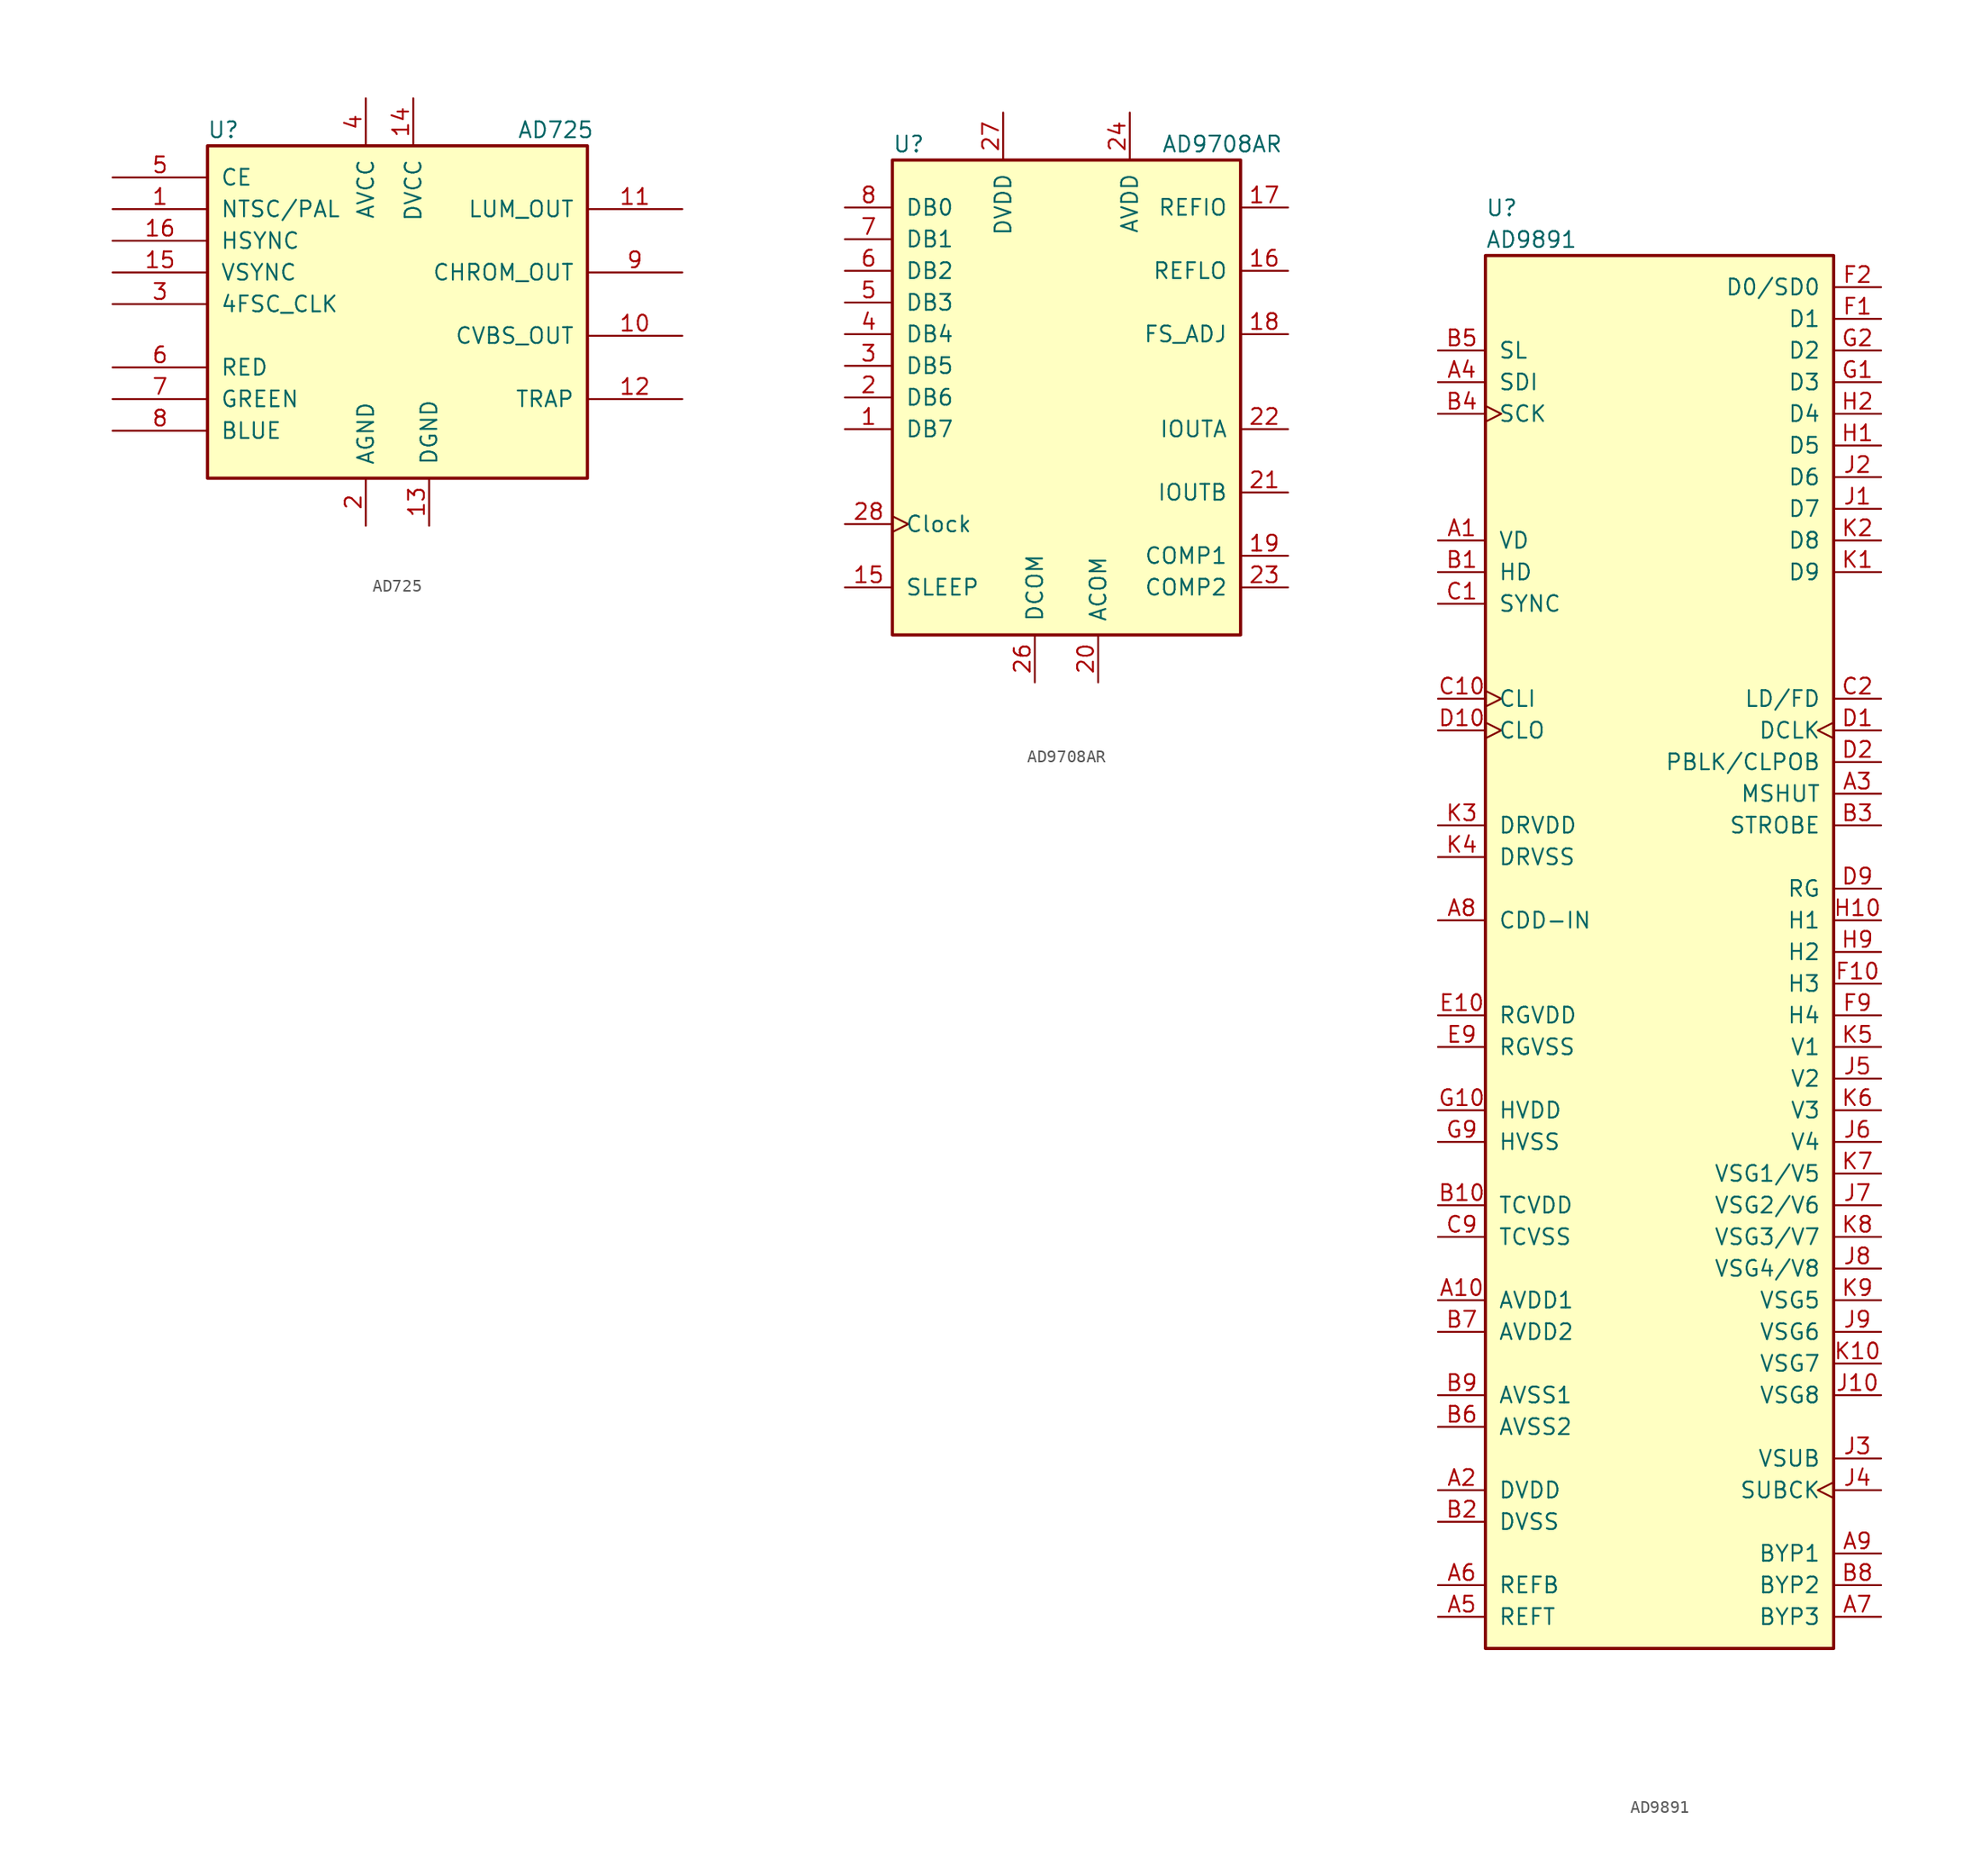
<source format=kicad_sym>
(kicad_symbol_lib
  (version 20210619)
  (generator kicad_symbol_editor)
  (symbol "Video:AD725"
    (pin_names
      (offset 1.016))
    (property "Reference" "U"
      (at -13.97 13.97 0)
      (effects (font (size 1.27 1.27))))
    (property "Value" "AD725"
      (at 12.7 13.97 0)
      (effects (font (size 1.27 1.27))))
    (symbol "AD725_0_1"
      (rectangle (start -15.24 12.7) (end 15.24 -13.97) (stroke (width 0.254)) (fill (type background))))
    (symbol "AD725_1_1"
      (pin input line (at -22.86 7.62 0) (length 7.62) (name "NTSC/PAL" (effects (font (size 1.27 1.27)))) (number "1" (effects (font (size 1.27 1.27)))))
      (pin output line (at 22.86 -2.54 180) (length 7.62) (name "CVBS_OUT" (effects (font (size 1.27 1.27)))) (number "10" (effects (font (size 1.27 1.27)))))
      (pin output line (at 22.86 7.62 180) (length 7.62) (name "LUM_OUT" (effects (font (size 1.27 1.27)))) (number "11" (effects (font (size 1.27 1.27)))))
      (pin input line (at 22.86 -7.62 180) (length 7.62) (name "TRAP" (effects (font (size 1.27 1.27)))) (number "12" (effects (font (size 1.27 1.27)))))
      (pin power_in line (at 2.54 -17.78 90) (length 3.81) (name "DGND" (effects (font (size 1.27 1.27)))) (number "13" (effects (font (size 1.27 1.27)))))
      (pin power_in line (at 1.27 16.51 270) (length 3.81) (name "DVCC" (effects (font (size 1.27 1.27)))) (number "14" (effects (font (size 1.27 1.27)))))
      (pin input line (at -22.86 2.54 0) (length 7.62) (name "VSYNC" (effects (font (size 1.27 1.27)))) (number "15" (effects (font (size 1.27 1.27)))))
      (pin input line (at -22.86 5.08 0) (length 7.62) (name "HSYNC" (effects (font (size 1.27 1.27)))) (number "16" (effects (font (size 1.27 1.27)))))
      (pin power_in line (at -2.54 -17.78 90) (length 3.81) (name "AGND" (effects (font (size 1.27 1.27)))) (number "2" (effects (font (size 1.27 1.27)))))
      (pin input line (at -22.86 0 0) (length 7.62) (name "4FSC_CLK" (effects (font (size 1.27 1.27)))) (number "3" (effects (font (size 1.27 1.27)))))
      (pin power_in line (at -2.54 16.51 270) (length 3.81) (name "AVCC" (effects (font (size 1.27 1.27)))) (number "4" (effects (font (size 1.27 1.27)))))
      (pin power_in line (at -22.86 10.16 0) (length 7.62) (name "CE" (effects (font (size 1.27 1.27)))) (number "5" (effects (font (size 1.27 1.27)))))
      (pin input line (at -22.86 -5.08 0) (length 7.62) (name "RED" (effects (font (size 1.27 1.27)))) (number "6" (effects (font (size 1.27 1.27)))))
      (pin input line (at -22.86 -7.62 0) (length 7.62) (name "GREEN" (effects (font (size 1.27 1.27)))) (number "7" (effects (font (size 1.27 1.27)))))
      (pin input line (at -22.86 -10.16 0) (length 7.62) (name "BLUE" (effects (font (size 1.27 1.27)))) (number "8" (effects (font (size 1.27 1.27)))))
      (pin output line (at 22.86 2.54 180) (length 7.62) (name "CHROM_OUT" (effects (font (size 1.27 1.27)))) (number "9" (effects (font (size 1.27 1.27)))))))
  (symbol "Video:AD9708AR"
    (pin_names
      (offset 1.016))
    (property "Reference" "U"
      (at -13.97 20.32 0)
      (effects (font (size 1.27 1.27)) (justify left)))
    (property "Value" "AD9708AR"
      (at 7.62 20.32 0)
      (effects (font (size 1.27 1.27)) (justify left)))
    (symbol "AD9708AR_0_1"
      (rectangle (start -13.97 19.05) (end 13.97 -19.05) (stroke (width 0.254)) (fill (type background))))
    (symbol "AD9708AR_1_1"
      (pin input line (at -17.78 -2.54 0) (length 3.81) (name "DB7" (effects (font (size 1.27 1.27)))) (number "1" (effects (font (size 1.27 1.27)))))
      (pin input line (at -17.78 -15.24 0) (length 3.81) (name "SLEEP" (effects (font (size 1.27 1.27)))) (number "15" (effects (font (size 1.27 1.27)))))
      (pin power_in line (at 17.78 10.16 180) (length 3.81) (name "REFLO" (effects (font (size 1.27 1.27)))) (number "16" (effects (font (size 1.27 1.27)))))
      (pin bidirectional line (at 17.78 15.24 180) (length 3.81) (name "REFIO" (effects (font (size 1.27 1.27)))) (number "17" (effects (font (size 1.27 1.27)))))
      (pin output line (at 17.78 5.08 180) (length 3.81) (name "FS_ADJ" (effects (font (size 1.27 1.27)))) (number "18" (effects (font (size 1.27 1.27)))))
      (pin bidirectional line (at 17.78 -12.7 180) (length 3.81) (name "COMP1" (effects (font (size 1.27 1.27)))) (number "19" (effects (font (size 1.27 1.27)))))
      (pin input line (at -17.78 0 0) (length 3.81) (name "DB6" (effects (font (size 1.27 1.27)))) (number "2" (effects (font (size 1.27 1.27)))))
      (pin power_in line (at 2.54 -22.86 90) (length 3.81) (name "ACOM" (effects (font (size 1.27 1.27)))) (number "20" (effects (font (size 1.27 1.27)))))
      (pin output line (at 17.78 -7.62 180) (length 3.81) (name "IOUTB" (effects (font (size 1.27 1.27)))) (number "21" (effects (font (size 1.27 1.27)))))
      (pin output line (at 17.78 -2.54 180) (length 3.81) (name "IOUTA" (effects (font (size 1.27 1.27)))) (number "22" (effects (font (size 1.27 1.27)))))
      (pin bidirectional line (at 17.78 -15.24 180) (length 3.81) (name "COMP2" (effects (font (size 1.27 1.27)))) (number "23" (effects (font (size 1.27 1.27)))))
      (pin power_in line (at 5.08 22.86 270) (length 3.81) (name "AVDD" (effects (font (size 1.27 1.27)))) (number "24" (effects (font (size 1.27 1.27)))))
      (pin power_in line (at -2.54 -22.86 90) (length 3.81) (name "DCOM" (effects (font (size 1.27 1.27)))) (number "26" (effects (font (size 1.27 1.27)))))
      (pin power_in line (at -5.08 22.86 270) (length 3.81) (name "DVDD" (effects (font (size 1.27 1.27)))) (number "27" (effects (font (size 1.27 1.27)))))
      (pin input clock (at -17.78 -10.16 0) (length 3.81) (name "Clock" (effects (font (size 1.27 1.27)))) (number "28" (effects (font (size 1.27 1.27)))))
      (pin input line (at -17.78 2.54 0) (length 3.81) (name "DB5" (effects (font (size 1.27 1.27)))) (number "3" (effects (font (size 1.27 1.27)))))
      (pin input line (at -17.78 5.08 0) (length 3.81) (name "DB4" (effects (font (size 1.27 1.27)))) (number "4" (effects (font (size 1.27 1.27)))))
      (pin input line (at -17.78 7.62 0) (length 3.81) (name "DB3" (effects (font (size 1.27 1.27)))) (number "5" (effects (font (size 1.27 1.27)))))
      (pin input line (at -17.78 10.16 0) (length 3.81) (name "DB2" (effects (font (size 1.27 1.27)))) (number "6" (effects (font (size 1.27 1.27)))))
      (pin input line (at -17.78 12.7 0) (length 3.81) (name "DB1" (effects (font (size 1.27 1.27)))) (number "7" (effects (font (size 1.27 1.27)))))
      (pin input line (at -17.78 15.24 0) (length 3.81) (name "DB0" (effects (font (size 1.27 1.27)))) (number "8" (effects (font (size 1.27 1.27)))))))
  (symbol "Video:AD9891"
    (pin_names
      (offset 1.016))
    (property "Reference" "U"
      (at -13.97 59.69 0)
      (effects (font (size 1.27 1.27)) (justify left)))
    (property "Value" "AD9891"
      (at -13.97 57.15 0)
      (effects (font (size 1.27 1.27)) (justify left)))
    (symbol "AD9891_0_1"
      (rectangle (start 13.97 -55.88) (end -13.97 55.88) (stroke (width 0.254)) (fill (type background))))
    (symbol "AD9891_1_1"
      (pin bidirectional line (at -17.78 33.02 0) (length 3.81) (name "VD" (effects (font (size 1.27 1.27)))) (number "A1" (effects (font (size 1.27 1.27)))))
      (pin power_in line (at -17.78 -27.94 0) (length 3.81) (name "AVDD1" (effects (font (size 1.27 1.27)))) (number "A10" (effects (font (size 1.27 1.27)))))
      (pin power_in line (at -17.78 -43.18 0) (length 3.81) (name "DVDD" (effects (font (size 1.27 1.27)))) (number "A2" (effects (font (size 1.27 1.27)))))
      (pin output line (at 17.78 12.7 180) (length 3.81) (name "MSHUT" (effects (font (size 1.27 1.27)))) (number "A3" (effects (font (size 1.27 1.27)))))
      (pin input line (at -17.78 45.72 0) (length 3.81) (name "SDI" (effects (font (size 1.27 1.27)))) (number "A4" (effects (font (size 1.27 1.27)))))
      (pin output line (at -17.78 -53.34 0) (length 3.81) (name "REFT" (effects (font (size 1.27 1.27)))) (number "A5" (effects (font (size 1.27 1.27)))))
      (pin output line (at -17.78 -50.8 0) (length 3.81) (name "REFB" (effects (font (size 1.27 1.27)))) (number "A6" (effects (font (size 1.27 1.27)))))
      (pin output line (at 17.78 -53.34 180) (length 3.81) (name "BYP3" (effects (font (size 1.27 1.27)))) (number "A7" (effects (font (size 1.27 1.27)))))
      (pin input line (at -17.78 2.54 0) (length 3.81) (name "CDD-IN" (effects (font (size 1.27 1.27)))) (number "A8" (effects (font (size 1.27 1.27)))))
      (pin output line (at 17.78 -48.26 180) (length 3.81) (name "BYP1" (effects (font (size 1.27 1.27)))) (number "A9" (effects (font (size 1.27 1.27)))))
      (pin bidirectional line (at -17.78 30.48 0) (length 3.81) (name "HD" (effects (font (size 1.27 1.27)))) (number "B1" (effects (font (size 1.27 1.27)))))
      (pin power_in line (at -17.78 -20.32 0) (length 3.81) (name "TCVDD" (effects (font (size 1.27 1.27)))) (number "B10" (effects (font (size 1.27 1.27)))))
      (pin power_in line (at -17.78 -45.72 0) (length 3.81) (name "DVSS" (effects (font (size 1.27 1.27)))) (number "B2" (effects (font (size 1.27 1.27)))))
      (pin output line (at 17.78 10.16 180) (length 3.81) (name "STROBE" (effects (font (size 1.27 1.27)))) (number "B3" (effects (font (size 1.27 1.27)))))
      (pin input clock (at -17.78 43.18 0) (length 3.81) (name "SCK" (effects (font (size 1.27 1.27)))) (number "B4" (effects (font (size 1.27 1.27)))))
      (pin input line (at -17.78 48.26 0) (length 3.81) (name "SL" (effects (font (size 1.27 1.27)))) (number "B5" (effects (font (size 1.27 1.27)))))
      (pin power_in line (at -17.78 -38.1 0) (length 3.81) (name "AVSS2" (effects (font (size 1.27 1.27)))) (number "B6" (effects (font (size 1.27 1.27)))))
      (pin power_in line (at -17.78 -30.48 0) (length 3.81) (name "AVDD2" (effects (font (size 1.27 1.27)))) (number "B7" (effects (font (size 1.27 1.27)))))
      (pin output line (at 17.78 -50.8 180) (length 3.81) (name "BYP2" (effects (font (size 1.27 1.27)))) (number "B8" (effects (font (size 1.27 1.27)))))
      (pin power_in line (at -17.78 -35.56 0) (length 3.81) (name "AVSS1" (effects (font (size 1.27 1.27)))) (number "B9" (effects (font (size 1.27 1.27)))))
      (pin input line (at -17.78 27.94 0) (length 3.81) (name "SYNC" (effects (font (size 1.27 1.27)))) (number "C1" (effects (font (size 1.27 1.27)))))
      (pin input clock (at -17.78 20.32 0) (length 3.81) (name "CLI" (effects (font (size 1.27 1.27)))) (number "C10" (effects (font (size 1.27 1.27)))))
      (pin output line (at 17.78 20.32 180) (length 3.81) (name "LD/FD" (effects (font (size 1.27 1.27)))) (number "C2" (effects (font (size 1.27 1.27)))))
      (pin power_in line (at -17.78 -22.86 0) (length 3.81) (name "TCVSS" (effects (font (size 1.27 1.27)))) (number "C9" (effects (font (size 1.27 1.27)))))
      (pin output clock (at 17.78 17.78 180) (length 3.81) (name "DCLK" (effects (font (size 1.27 1.27)))) (number "D1" (effects (font (size 1.27 1.27)))))
      (pin output clock (at -17.78 17.78 0) (length 3.81) (name "CLO" (effects (font (size 1.27 1.27)))) (number "D10" (effects (font (size 1.27 1.27)))))
      (pin output line (at 17.78 15.24 180) (length 3.81) (name "PBLK/CLPOB" (effects (font (size 1.27 1.27)))) (number "D2" (effects (font (size 1.27 1.27)))))
      (pin output line (at 17.78 5.08 180) (length 3.81) (name "RG" (effects (font (size 1.27 1.27)))) (number "D9" (effects (font (size 1.27 1.27)))))
      (pin power_in line (at -17.78 -5.08 0) (length 3.81) (name "RGVDD" (effects (font (size 1.27 1.27)))) (number "E10" (effects (font (size 1.27 1.27)))))
      (pin power_in line (at -17.78 -7.62 0) (length 3.81) (name "RGVSS" (effects (font (size 1.27 1.27)))) (number "E9" (effects (font (size 1.27 1.27)))))
      (pin output line (at 17.78 50.8 180) (length 3.81) (name "D1" (effects (font (size 1.27 1.27)))) (number "F1" (effects (font (size 1.27 1.27)))))
      (pin output line (at 17.78 -2.54 180) (length 3.81) (name "H3" (effects (font (size 1.27 1.27)))) (number "F10" (effects (font (size 1.27 1.27)))))
      (pin output line (at 17.78 53.34 180) (length 3.81) (name "D0/SD0" (effects (font (size 1.27 1.27)))) (number "F2" (effects (font (size 1.27 1.27)))))
      (pin output line (at 17.78 -5.08 180) (length 3.81) (name "H4" (effects (font (size 1.27 1.27)))) (number "F9" (effects (font (size 1.27 1.27)))))
      (pin output line (at 17.78 45.72 180) (length 3.81) (name "D3" (effects (font (size 1.27 1.27)))) (number "G1" (effects (font (size 1.27 1.27)))))
      (pin power_in line (at -17.78 -12.7 0) (length 3.81) (name "HVDD" (effects (font (size 1.27 1.27)))) (number "G10" (effects (font (size 1.27 1.27)))))
      (pin output line (at 17.78 48.26 180) (length 3.81) (name "D2" (effects (font (size 1.27 1.27)))) (number "G2" (effects (font (size 1.27 1.27)))))
      (pin power_in line (at -17.78 -15.24 0) (length 3.81) (name "HVSS" (effects (font (size 1.27 1.27)))) (number "G9" (effects (font (size 1.27 1.27)))))
      (pin output line (at 17.78 40.64 180) (length 3.81) (name "D5" (effects (font (size 1.27 1.27)))) (number "H1" (effects (font (size 1.27 1.27)))))
      (pin output line (at 17.78 2.54 180) (length 3.81) (name "H1" (effects (font (size 1.27 1.27)))) (number "H10" (effects (font (size 1.27 1.27)))))
      (pin output line (at 17.78 43.18 180) (length 3.81) (name "D4" (effects (font (size 1.27 1.27)))) (number "H2" (effects (font (size 1.27 1.27)))))
      (pin output line (at 17.78 0 180) (length 3.81) (name "H2" (effects (font (size 1.27 1.27)))) (number "H9" (effects (font (size 1.27 1.27)))))
      (pin output line (at 17.78 35.56 180) (length 3.81) (name "D7" (effects (font (size 1.27 1.27)))) (number "J1" (effects (font (size 1.27 1.27)))))
      (pin output line (at 17.78 -35.56 180) (length 3.81) (name "VSG8" (effects (font (size 1.27 1.27)))) (number "J10" (effects (font (size 1.27 1.27)))))
      (pin output line (at 17.78 38.1 180) (length 3.81) (name "D6" (effects (font (size 1.27 1.27)))) (number "J2" (effects (font (size 1.27 1.27)))))
      (pin output line (at 17.78 -40.64 180) (length 3.81) (name "VSUB" (effects (font (size 1.27 1.27)))) (number "J3" (effects (font (size 1.27 1.27)))))
      (pin output clock (at 17.78 -43.18 180) (length 3.81) (name "SUBCK" (effects (font (size 1.27 1.27)))) (number "J4" (effects (font (size 1.27 1.27)))))
      (pin output line (at 17.78 -10.16 180) (length 3.81) (name "V2" (effects (font (size 1.27 1.27)))) (number "J5" (effects (font (size 1.27 1.27)))))
      (pin output line (at 17.78 -15.24 180) (length 3.81) (name "V4" (effects (font (size 1.27 1.27)))) (number "J6" (effects (font (size 1.27 1.27)))))
      (pin output line (at 17.78 -20.32 180) (length 3.81) (name "VSG2/V6" (effects (font (size 1.27 1.27)))) (number "J7" (effects (font (size 1.27 1.27)))))
      (pin output line (at 17.78 -25.4 180) (length 3.81) (name "VSG4/V8" (effects (font (size 1.27 1.27)))) (number "J8" (effects (font (size 1.27 1.27)))))
      (pin output line (at 17.78 -30.48 180) (length 3.81) (name "VSG6" (effects (font (size 1.27 1.27)))) (number "J9" (effects (font (size 1.27 1.27)))))
      (pin input line (at 17.78 30.48 180) (length 3.81) (name "D9" (effects (font (size 1.27 1.27)))) (number "K1" (effects (font (size 1.27 1.27)))))
      (pin output line (at 17.78 -33.02 180) (length 3.81) (name "VSG7" (effects (font (size 1.27 1.27)))) (number "K10" (effects (font (size 1.27 1.27)))))
      (pin output line (at 17.78 33.02 180) (length 3.81) (name "D8" (effects (font (size 1.27 1.27)))) (number "K2" (effects (font (size 1.27 1.27)))))
      (pin power_out line (at -17.78 10.16 0) (length 3.81) (name "DRVDD" (effects (font (size 1.27 1.27)))) (number "K3" (effects (font (size 1.27 1.27)))))
      (pin power_out line (at -17.78 7.62 0) (length 3.81) (name "DRVSS" (effects (font (size 1.27 1.27)))) (number "K4" (effects (font (size 1.27 1.27)))))
      (pin output line (at 17.78 -7.62 180) (length 3.81) (name "V1" (effects (font (size 1.27 1.27)))) (number "K5" (effects (font (size 1.27 1.27)))))
      (pin output line (at 17.78 -12.7 180) (length 3.81) (name "V3" (effects (font (size 1.27 1.27)))) (number "K6" (effects (font (size 1.27 1.27)))))
      (pin output line (at 17.78 -17.78 180) (length 3.81) (name "VSG1/V5" (effects (font (size 1.27 1.27)))) (number "K7" (effects (font (size 1.27 1.27)))))
      (pin output line (at 17.78 -22.86 180) (length 3.81) (name "VSG3/V7" (effects (font (size 1.27 1.27)))) (number "K8" (effects (font (size 1.27 1.27)))))
      (pin output line (at 17.78 -27.94 180) (length 3.81) (name "VSG5" (effects (font (size 1.27 1.27)))) (number "K9" (effects (font (size 1.27 1.27))))))))
</source>
